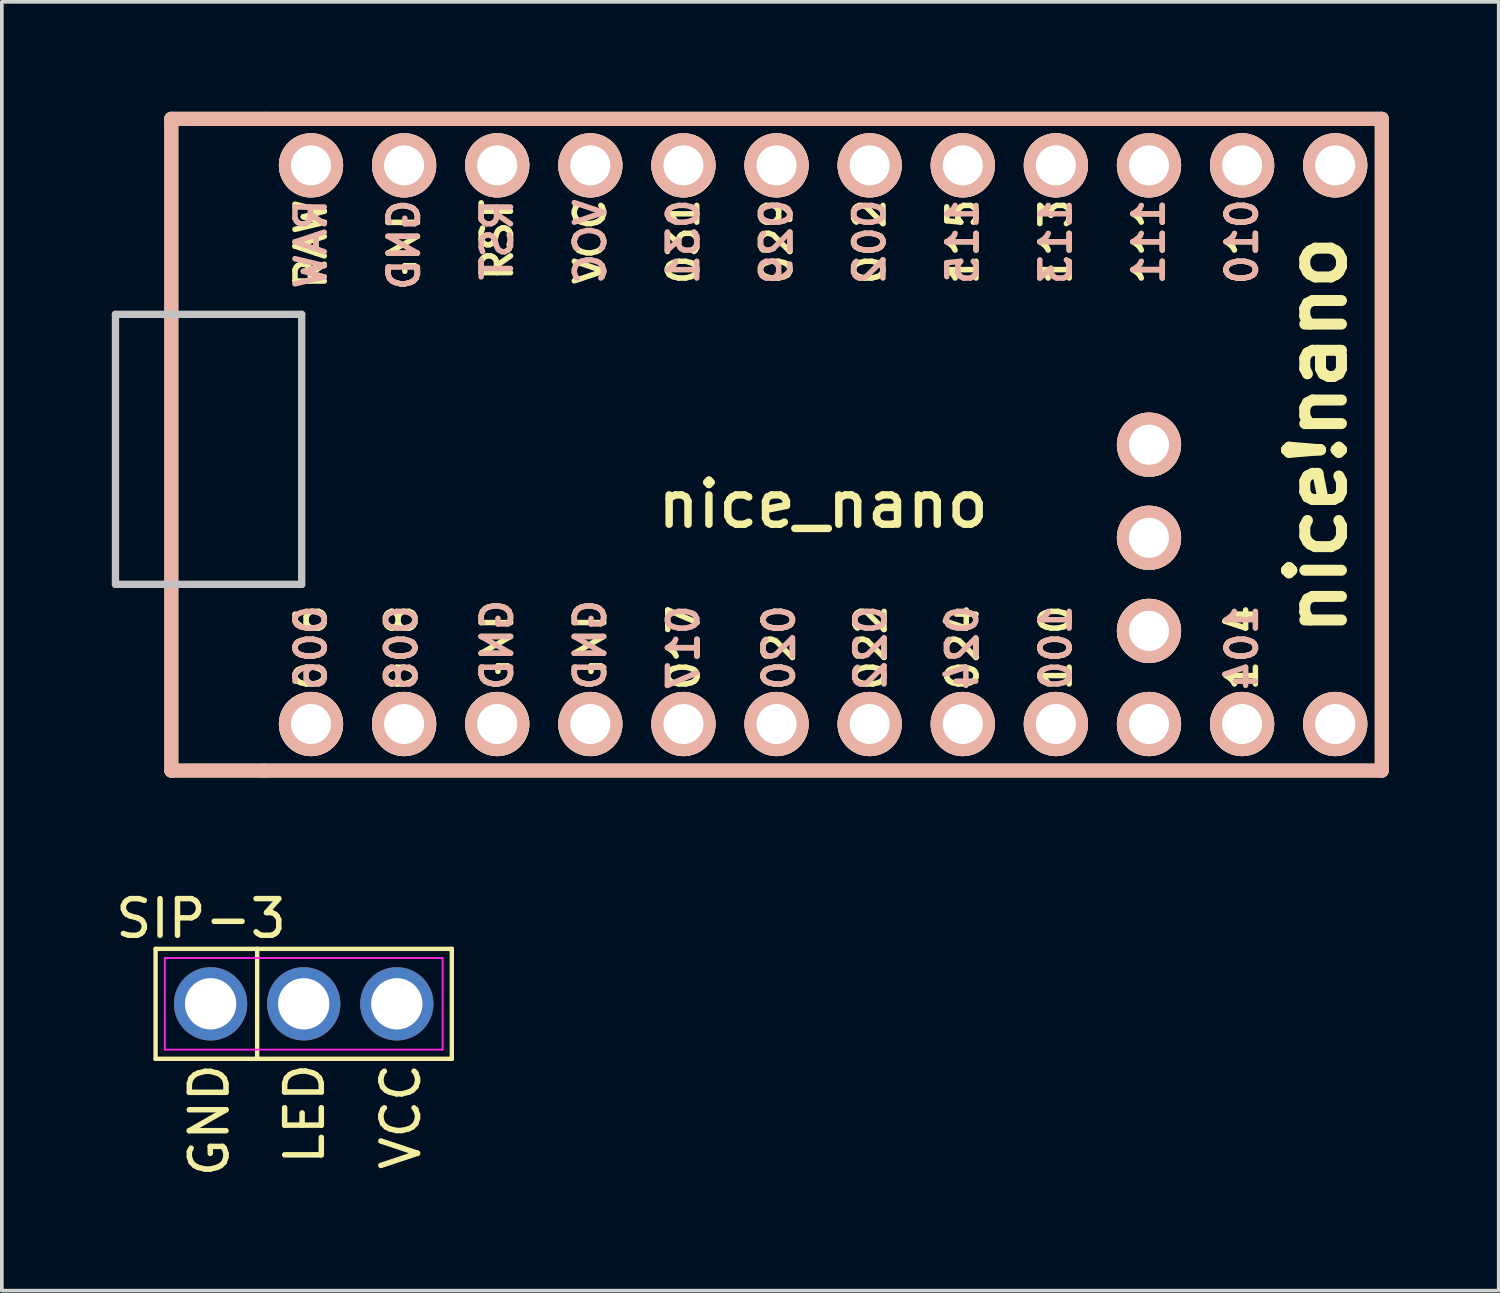
<source format=kicad_pcb>
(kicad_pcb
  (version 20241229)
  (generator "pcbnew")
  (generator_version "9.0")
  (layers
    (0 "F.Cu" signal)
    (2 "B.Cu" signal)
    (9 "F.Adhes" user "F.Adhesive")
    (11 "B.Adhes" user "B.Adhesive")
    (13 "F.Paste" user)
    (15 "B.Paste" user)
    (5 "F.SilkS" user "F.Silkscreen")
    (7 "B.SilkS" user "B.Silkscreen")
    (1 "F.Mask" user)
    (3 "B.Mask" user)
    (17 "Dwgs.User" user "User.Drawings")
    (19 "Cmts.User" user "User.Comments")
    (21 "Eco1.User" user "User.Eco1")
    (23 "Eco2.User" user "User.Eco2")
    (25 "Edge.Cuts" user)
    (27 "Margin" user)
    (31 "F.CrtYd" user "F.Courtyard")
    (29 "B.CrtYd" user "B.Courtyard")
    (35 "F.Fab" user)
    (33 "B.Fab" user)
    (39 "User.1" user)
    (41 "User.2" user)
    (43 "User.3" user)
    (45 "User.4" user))
  (footprint "SIP-3"
    (layer "F.Cu")
    (at 5.235 24.334)
    (property "Reference" "SIP-3" (at -2.8 -2.325 0) (layer "F.SilkS") (effects (font (size 1 1) (thickness 0.15))))
    (attr through_hole)
    (fp_line (start -4.04 -1.5) (end 4.04 -1.5) (stroke (width 0.12) (type solid)) (layer "F.SilkS"))
    (fp_line (start -4.04 1.5) (end -4.04 -1.5) (stroke (width 0.12) (type solid)) (layer "F.SilkS"))
    (fp_line (start -1.27 -1.5) (end -1.27 1.5) (stroke (width 0.12) (type solid)) (layer "F.SilkS"))
    (fp_line (start 4.04 -1.5) (end 4.04 1.5) (stroke (width 0.12) (type solid)) (layer "F.SilkS"))
    (fp_line (start 4.04 1.5) (end -4.04 1.5) (stroke (width 0.12) (type solid)) (layer "F.SilkS"))
    (fp_line (start -3.79 -1.25) (end 3.79 -1.25) (stroke (width 0.05) (type solid)) (layer "F.CrtYd"))
    (fp_line (start -3.79 1.25) (end -3.79 -1.25) (stroke (width 0.05) (type solid)) (layer "F.CrtYd"))
    (fp_line (start 3.79 -1.25) (end 3.79 1.25) (stroke (width 0.05) (type solid)) (layer "F.CrtYd"))
    (fp_line (start 3.79 1.25) (end -3.79 1.25) (stroke (width 0.05) (type solid)) (layer "F.CrtYd"))
    (fp_text user "VCC" (at 2.65 3.075 90) (layer "F.SilkS") (effects (font (size 1 1) (thickness 0.15))))
    (fp_text user "GND" (at -2.575 3.175 90) (layer "F.SilkS") (effects (font (size 1 1) (thickness 0.15))))
    (fp_text user "LED" (at 0.025 3 270) (layer "F.SilkS") (effects (font (size 1 1) (thickness 0.15))))
    (pad "1" thru_hole circle (at -2.54 0) (size 2 2) (drill 1.4) (layers "*.Cu" "*.Mask"))
    (pad "2" thru_hole circle (at 0 0) (size 2 2) (drill 1.4) (layers "*.Cu" "*.Mask"))
    (pad "3" thru_hole circle (at 2.54 0) (size 2 2) (drill 1.4) (layers "*.Cu" "*.Mask")))
  (footprint "nice_nano"
    (layer "F.Cu")
    (at 19.404 9.081)
    (property "Reference" "nice_nano" (at 0 1.625 0) (layer "F.SilkS") (effects (font (size 1.2 1.2) (thickness 0.203))))
    (attr through_hole)
    (fp_line (start -17.78 -8.89) (end -17.78 8.89) (stroke (width 0.381) (type solid)) (layer "F.SilkS"))
    (fp_line (start -17.78 8.89) (end -15.24 8.89) (stroke (width 0.381) (type solid)) (layer "F.SilkS"))
    (fp_line (start -15.24 -8.89) (end -17.78 -8.89) (stroke (width 0.381) (type solid)) (layer "F.SilkS"))
    (fp_line (start -15.24 8.89) (end 15.24 8.89) (stroke (width 0.381) (type solid)) (layer "F.SilkS"))
    (fp_line (start 15.24 -8.89) (end -15.24 -8.89) (stroke (width 0.381) (type solid)) (layer "F.SilkS"))
    (fp_line (start 15.24 8.89) (end 15.24 -8.89) (stroke (width 0.381) (type solid)) (layer "F.SilkS"))
    (fp_line (start -17.78 -8.89) (end -17.78 8.89) (stroke (width 0.381) (type solid)) (layer "B.SilkS"))
    (fp_line (start -17.78 8.89) (end 15.24 8.89) (stroke (width 0.381) (type solid)) (layer "B.SilkS"))
    (fp_line (start 15.24 -8.89) (end -17.78 -8.89) (stroke (width 0.381) (type solid)) (layer "B.SilkS"))
    (fp_line (start 15.24 8.89) (end 15.24 -8.89) (stroke (width 0.381) (type solid)) (layer "B.SilkS"))
    (fp_line (start -19.304 -3.556) (end -14.224 -3.556) (stroke (width 0.2) (type solid)) (layer "Dwgs.User"))
    (fp_line (start -19.304 3.81) (end -19.304 -3.556) (stroke (width 0.2) (type solid)) (layer "Dwgs.User"))
    (fp_line (start -14.224 -3.556) (end -14.224 3.81) (stroke (width 0.2) (type solid)) (layer "Dwgs.User"))
    (fp_line (start -14.224 3.81) (end -19.304 3.81) (stroke (width 0.2) (type solid)) (layer "Dwgs.User"))
    (fp_text user "115" (at 3.81 -5.537 90) (layer "F.SilkS") (effects (font (size 0.8 0.8) (thickness 0.15))))
    (fp_text user "104" (at 11.43 5.537 90) (layer "F.SilkS") (effects (font (size 0.8 0.8) (thickness 0.15))))
    (fp_text user "029" (at -1.27 -5.537 90) (layer "F.SilkS") (effects (font (size 0.8 0.8) (thickness 0.15))))
    (fp_text user "017" (at -3.8 5.537 90) (layer "F.SilkS") (effects (font (size 0.8 0.8) (thickness 0.15))))
    (fp_text user "031" (at -3.81 -5.537 90) (layer "F.SilkS") (effects (font (size 0.8 0.8) (thickness 0.15))))
    (fp_text user "113" (at 6.35 -5.537 90) (layer "F.SilkS") (effects (font (size 0.8 0.8) (thickness 0.15))))
    (fp_text user "VCC" (at -6.35 -5.537 90) (layer "F.SilkS") (effects (font (size 0.8 0.8) (thickness 0.15))))
    (fp_text user "010" (at 11.43 -5.537 90) (layer "F.SilkS") (effects (font (size 0.8 0.8) (thickness 0.15))))
    (fp_text user "006" (at -13.97 5.537 90) (layer "F.SilkS") (effects (font (size 0.8 0.8) (thickness 0.15))))
    (fp_text user "GND" (at -11.43 -5.455 90) (layer "F.SilkS") (effects (font (size 0.8 0.8) (thickness 0.15))))
    (fp_text user "002" (at 1.27 -5.537 90) (layer "F.SilkS") (effects (font (size 0.8 0.8) (thickness 0.15))))
    (fp_text user "008" (at -11.5 5.537 90) (layer "F.SilkS") (effects (font (size 0.8 0.8) (thickness 0.15))))
    (fp_text user "111" (at 8.89 -5.537 90) (layer "F.SilkS") (effects (font (size 0.8 0.8) (thickness 0.15))))
    (fp_text user "100" (at 6.35 5.537 90) (layer "F.SilkS") (effects (font (size 0.8 0.8) (thickness 0.15))))
    (fp_text user "RST" (at -8.89 -5.588 90) (layer "F.SilkS") (effects (font (size 0.8 0.8) (thickness 0.15))))
    (fp_text user "RAW" (at -13.97 -5.474 90) (layer "F.SilkS") (effects (font (size 0.8 0.8) (thickness 0.15))))
    (fp_text user "GND" (at -6.35 5.461 90) (layer "F.SilkS") (effects (font (size 0.8 0.8) (thickness 0.15))))
    (fp_text user "GND" (at -8.89 5.461 90) (layer "F.SilkS") (effects (font (size 0.8 0.8) (thickness 0.15))))
    (fp_text user "nice!nano" (at 13.462 -0.254 90) (layer "F.SilkS") (effects (font (size 1.5 1.5) (thickness 0.3))))
    (fp_text user "022" (at 1.3 5.537 90) (layer "F.SilkS") (effects (font (size 0.8 0.8) (thickness 0.15))))
    (fp_text user "024" (at 3.81 5.537 90) (layer "F.SilkS") (effects (font (size 0.8 0.8) (thickness 0.15))))
    (fp_text user "020" (at -1.2 5.537 90) (layer "F.SilkS") (effects (font (size 0.8 0.8) (thickness 0.15))))
    (fp_text user "GND" (at -6.35 5.461 90) (layer "B.SilkS") (effects (font (size 0.8 0.8) (thickness 0.15)) (justify mirror)))
    (fp_text user "006" (at -13.97 5.537 90) (layer "B.SilkS") (effects (font (size 0.8 0.8) (thickness 0.15)) (justify mirror)))
    (fp_text user "020" (at -1.2 5.537 90) (layer "B.SilkS") (effects (font (size 0.8 0.8) (thickness 0.15)) (justify mirror)))
    (fp_text user "031" (at -3.81 -5.537 90) (layer "B.SilkS") (effects (font (size 0.8 0.8) (thickness 0.15)) (justify mirror)))
    (fp_text user "022" (at 1.3 5.537 90) (layer "B.SilkS") (effects (font (size 0.8 0.8) (thickness 0.15)) (justify mirror)))
    (fp_text user "GND" (at -11.43 -5.455 90) (layer "B.SilkS") (effects (font (size 0.8 0.8) (thickness 0.15)) (justify mirror)))
    (fp_text user "GND" (at -8.89 5.461 90) (layer "B.SilkS") (effects (font (size 0.8 0.8) (thickness 0.15)) (justify mirror)))
    (fp_text user "113" (at 6.35 -5.537 90) (layer "B.SilkS") (effects (font (size 0.8 0.8) (thickness 0.15)) (justify mirror)))
    (fp_text user "002" (at 1.27 -5.537 90) (layer "B.SilkS") (effects (font (size 0.8 0.8) (thickness 0.15)) (justify mirror)))
    (fp_text user "RAW" (at -13.97 -5.474 90) (layer "B.SilkS") (effects (font (size 0.8 0.8) (thickness 0.15)) (justify mirror)))
    (fp_text user "111" (at 8.89 -5.537 90) (layer "B.SilkS") (effects (font (size 0.8 0.8) (thickness 0.15)) (justify mirror)))
    (fp_text user "010" (at 11.43 -5.537 90) (layer "B.SilkS") (effects (font (size 0.8 0.8) (thickness 0.15)) (justify mirror)))
    (fp_text user "100" (at 6.35 5.537 90) (layer "B.SilkS") (effects (font (size 0.8 0.8) (thickness 0.15)) (justify mirror)))
    (fp_text user "115" (at 3.81 -5.537 90) (layer "B.SilkS") (effects (font (size 0.8 0.8) (thickness 0.15)) (justify mirror)))
    (fp_text user "024" (at 3.8 5.537 90) (layer "B.SilkS") (effects (font (size 0.8 0.8) (thickness 0.15)) (justify mirror)))
    (fp_text user "029" (at -1.27 -5.537 90) (layer "B.SilkS") (effects (font (size 0.8 0.8) (thickness 0.15)) (justify mirror)))
    (fp_text user "104" (at 11.43 5.537 90) (layer "B.SilkS") (effects (font (size 0.8 0.8) (thickness 0.15)) (justify mirror)))
    (fp_text user "008" (at -11.5 5.537 90) (layer "B.SilkS") (effects (font (size 0.8 0.8) (thickness 0.15)) (justify mirror)))
    (fp_text user "017" (at -3.81 5.537 90) (layer "B.SilkS") (effects (font (size 0.8 0.8) (thickness 0.15)) (justify mirror)))
    (fp_text user "VCC" (at -6.35 -5.537 90) (layer "B.SilkS") (effects (font (size 0.8 0.8) (thickness 0.15)) (justify mirror)))
    (fp_text user "RST" (at -8.89 -5.588 90) (layer "B.SilkS") (effects (font (size 0.8 0.8) (thickness 0.15)) (justify mirror)))
    (pad "1" thru_hole circle (at -13.97 7.62) (size 1.753 1.753) (drill 1.092) (layers "*.Cu" "*.SilkS" "*.Mask"))
    (pad "2" thru_hole circle (at -11.43 7.62) (size 1.753 1.753) (drill 1.092) (layers "*.Cu" "*.SilkS" "*.Mask"))
    (pad "3" thru_hole circle (at -8.89 7.62) (size 1.753 1.753) (drill 1.092) (layers "*.Cu" "*.SilkS" "*.Mask"))
    (pad "4" thru_hole circle (at -6.35 7.62) (size 1.753 1.753) (drill 1.092) (layers "*.Cu" "*.SilkS" "*.Mask"))
    (pad "5" thru_hole circle (at -3.81 7.62) (size 1.753 1.753) (drill 1.092) (layers "*.Cu" "*.SilkS" "*.Mask"))
    (pad "6" thru_hole circle (at -1.27 7.62) (size 1.753 1.753) (drill 1.092) (layers "*.Cu" "*.SilkS" "*.Mask"))
    (pad "7" thru_hole circle (at 1.27 7.62) (size 1.753 1.753) (drill 1.092) (layers "*.Cu" "*.SilkS" "*.Mask"))
    (pad "8" thru_hole circle (at 3.81 7.62) (size 1.753 1.753) (drill 1.092) (layers "*.Cu" "*.SilkS" "*.Mask"))
    (pad "9" thru_hole circle (at 6.35 7.62) (size 1.753 1.753) (drill 1.092) (layers "*.Cu" "*.SilkS" "*.Mask"))
    (pad "10" thru_hole circle (at 8.89 7.62) (size 1.753 1.753) (drill 1.092) (layers "*.Cu" "*.SilkS" "*.Mask"))
    (pad "11" thru_hole circle (at 11.43 7.62) (size 1.753 1.753) (drill 1.092) (layers "*.Cu" "*.SilkS" "*.Mask"))
    (pad "12" thru_hole circle (at 13.97 7.62) (size 1.753 1.753) (drill 1.092) (layers "*.Cu" "*.SilkS" "*.Mask"))
    (pad "13" thru_hole circle (at 13.97 -7.62) (size 1.753 1.753) (drill 1.092) (layers "*.Cu" "*.SilkS" "*.Mask"))
    (pad "14" thru_hole circle (at 11.43 -7.62) (size 1.753 1.753) (drill 1.092) (layers "*.Cu" "*.SilkS" "*.Mask"))
    (pad "15" thru_hole circle (at 8.89 -7.62) (size 1.753 1.753) (drill 1.092) (layers "*.Cu" "*.SilkS" "*.Mask"))
    (pad "16" thru_hole circle (at 6.35 -7.62) (size 1.753 1.753) (drill 1.092) (layers "*.Cu" "*.SilkS" "*.Mask"))
    (pad "17" thru_hole circle (at 3.81 -7.62) (size 1.753 1.753) (drill 1.092) (layers "*.Cu" "*.SilkS" "*.Mask"))
    (pad "18" thru_hole circle (at 1.27 -7.62) (size 1.753 1.753) (drill 1.092) (layers "*.Cu" "*.SilkS" "*.Mask"))
    (pad "19" thru_hole circle (at -1.27 -7.62) (size 1.753 1.753) (drill 1.092) (layers "*.Cu" "*.SilkS" "*.Mask"))
    (pad "20" thru_hole circle (at -3.81 -7.62) (size 1.753 1.753) (drill 1.092) (layers "*.Cu" "*.SilkS" "*.Mask"))
    (pad "21" thru_hole circle (at -6.35 -7.62) (size 1.753 1.753) (drill 1.092) (layers "*.Cu" "*.SilkS" "*.Mask"))
    (pad "22" thru_hole circle (at -8.89 -7.62) (size 1.753 1.753) (drill 1.092) (layers "*.Cu" "*.SilkS" "*.Mask"))
    (pad "23" thru_hole circle (at -11.43 -7.62) (size 1.753 1.753) (drill 1.092) (layers "*.Cu" "*.SilkS" "*.Mask"))
    (pad "24" thru_hole circle (at -13.97 -7.62) (size 1.753 1.753) (drill 1.092) (layers "*.Cu" "*.SilkS" "*.Mask"))
    (pad "31" thru_hole circle (at 8.89 5.08) (size 1.753 1.753) (drill 1.092) (layers "*.Cu" "*.SilkS" "*.Mask"))
    (pad "32" thru_hole circle (at 8.89 2.54) (size 1.753 1.753) (drill 1.092) (layers "*.Cu" "*.SilkS" "*.Mask"))
    (pad "33" thru_hole circle (at 8.89 0) (size 1.753 1.753) (drill 1.092) (layers "*.Cu" "*.SilkS" "*.Mask")))
  (gr_rect
    (start -3 -3)
    (end 37.834 32.158)
    (stroke (width 0.1) (type default))
    (fill no)
    (layer "Edge.Cuts")))
</source>
